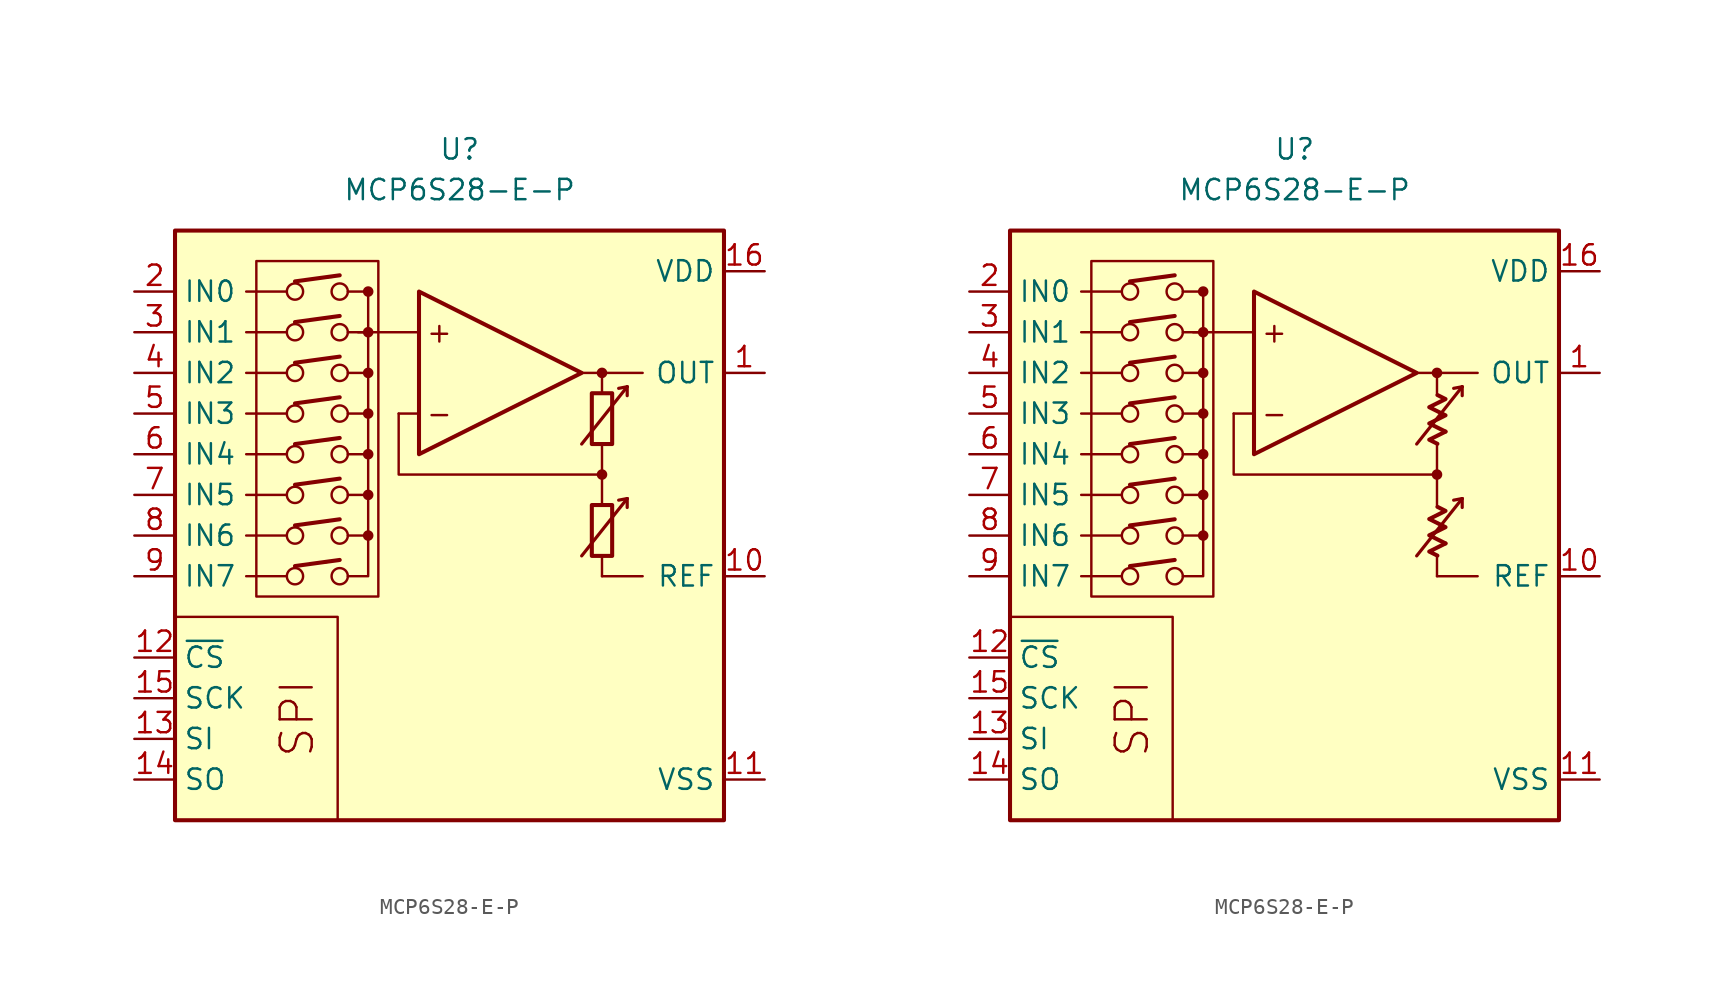
<source format=kicad_sym>
(kicad_symbol_lib
  (version 20231120)
  (generator "kicad_symbol_editor")
  (generator_version "8.0")
  (symbol "MCP6S28-E-P"
    (property "Reference" "U"
      (at 0 19.05 0)
      (effects (font (size 1.27 1.27))))
    (property "Value" "MCP6S28-E-P"
      (at 0 16.51 0)
      (effects (font (size 1.27 1.27))))
    (symbol "MCP6S28-E-P_0_0"
      (rectangle (start -17.78 13.97) (end 16.51 -22.86) (stroke (width 0.254) (type default)) (fill (type background)))
      (rectangle (start -12.7 12.065) (end -5.08 -8.89) (stroke (width 0.152) (type default)) (fill (type none)))
      (circle (center -10.287 -7.62) (radius 0.508) (stroke (width 0) (type default)) (fill (type none)))
      (circle (center -10.287 -5.08) (radius 0.508) (stroke (width 0) (type default)) (fill (type none)))
      (circle (center -10.287 -2.54) (radius 0.508) (stroke (width 0) (type default)) (fill (type none)))
      (circle (center -10.287 0) (radius 0.508) (stroke (width 0) (type default)) (fill (type none)))
      (circle (center -10.287 2.54) (radius 0.508) (stroke (width 0) (type default)) (fill (type none)))
      (circle (center -10.287 5.08) (radius 0.508) (stroke (width 0) (type default)) (fill (type none)))
      (circle (center -10.287 7.62) (radius 0.508) (stroke (width 0) (type default)) (fill (type none)))
      (circle (center -10.287 10.16) (radius 0.508) (stroke (width 0) (type default)) (fill (type none)))
      (circle (center -7.493 -7.62) (radius 0.508) (stroke (width 0) (type default)) (fill (type none)))
      (circle (center -7.493 -5.08) (radius 0.508) (stroke (width 0) (type default)) (fill (type none)))
      (circle (center -7.493 -2.54) (radius 0.508) (stroke (width 0) (type default)) (fill (type none)))
      (circle (center -7.493 0) (radius 0.508) (stroke (width 0) (type default)) (fill (type none)))
      (circle (center -7.493 2.54) (radius 0.508) (stroke (width 0) (type default)) (fill (type none)))
      (circle (center -7.493 5.08) (radius 0.508) (stroke (width 0) (type default)) (fill (type none)))
      (circle (center -7.493 7.62) (radius 0.508) (stroke (width 0) (type default)) (fill (type none)))
      (circle (center -7.493 10.16) (radius 0.508) (stroke (width 0) (type default)) (fill (type none)))
      (circle (center -5.715 -5.08) (radius 0.254) (stroke (width 0.152) (type default)) (fill (type outline)))
      (circle (center -5.715 -2.54) (radius 0.254) (stroke (width 0.152) (type default)) (fill (type outline)))
      (circle (center -5.715 0) (radius 0.254) (stroke (width 0.152) (type default)) (fill (type outline)))
      (circle (center -5.715 2.54) (radius 0.254) (stroke (width 0.152) (type default)) (fill (type outline)))
      (circle (center -5.715 5.08) (radius 0.254) (stroke (width 0.152) (type default)) (fill (type outline)))
      (circle (center -5.715 7.62) (radius 0.254) (stroke (width 0.152) (type default)) (fill (type outline)))
      (circle (center -5.715 10.16) (radius 0.254) (stroke (width 0.152) (type default)) (fill (type outline)))
      (polyline (pts (xy 8.89 -3.81)) (stroke (width 0.152) (type default)) (fill (type none)))
      (polyline (pts (xy 8.89 -3.81)) (stroke (width 0.152) (type default)) (fill (type none)))
      (polyline (pts (xy 8.89 -3.175)) (stroke (width 0.152) (type default)) (fill (type none)))
      (polyline (pts (xy 8.89 3.175)) (stroke (width 0.152) (type default)) (fill (type none)))
      (polyline (pts (xy 8.89 3.81)) (stroke (width 0.152) (type default)) (fill (type none)))
      (polyline (pts (xy 8.89 3.81)) (stroke (width 0.152) (type default)) (fill (type none)))
      (polyline (pts (xy -10.795 -7.62) (xy -13.335 -7.62)) (stroke (width 0.152) (type default)) (fill (type none)))
      (polyline (pts (xy -10.795 -5.08) (xy -13.335 -5.08)) (stroke (width 0.152) (type default)) (fill (type none)))
      (polyline (pts (xy -10.795 -2.54) (xy -13.335 -2.54)) (stroke (width 0.152) (type default)) (fill (type none)))
      (polyline (pts (xy -10.795 0) (xy -13.335 0)) (stroke (width 0.152) (type default)) (fill (type none)))
      (polyline (pts (xy -10.795 2.54) (xy -13.335 2.54)) (stroke (width 0.152) (type default)) (fill (type none)))
      (polyline (pts (xy -10.795 5.08) (xy -13.335 5.08)) (stroke (width 0.152) (type default)) (fill (type none)))
      (polyline (pts (xy -10.795 7.62) (xy -13.335 7.62)) (stroke (width 0.152) (type default)) (fill (type none)))
      (polyline (pts (xy -10.795 10.16) (xy -13.335 10.16)) (stroke (width 0.152) (type default)) (fill (type none)))
      (polyline (pts (xy -10.287 -6.985) (xy -7.493 -6.604)) (stroke (width 0.254) (type default)) (fill (type none)))
      (polyline (pts (xy -10.287 -4.445) (xy -7.493 -4.064)) (stroke (width 0.254) (type default)) (fill (type none)))
      (polyline (pts (xy -10.287 -1.905) (xy -7.493 -1.524)) (stroke (width 0.254) (type default)) (fill (type none)))
      (polyline (pts (xy -10.287 0.635) (xy -7.493 1.016)) (stroke (width 0.254) (type default)) (fill (type none)))
      (polyline (pts (xy -10.287 3.175) (xy -7.493 3.556)) (stroke (width 0.254) (type default)) (fill (type none)))
      (polyline (pts (xy -10.287 5.715) (xy -7.493 6.096)) (stroke (width 0.254) (type default)) (fill (type none)))
      (polyline (pts (xy -10.287 8.255) (xy -7.493 8.636)) (stroke (width 0.254) (type default)) (fill (type none)))
      (polyline (pts (xy -10.287 10.795) (xy -7.493 11.176)) (stroke (width 0.254) (type default)) (fill (type none)))
      (polyline (pts (xy -5.715 10.16) (xy -6.985 10.16)) (stroke (width 0.152) (type default)) (fill (type none)))
      (polyline (pts (xy -2.54 2.54) (xy -3.81 2.54)) (stroke (width 0.152) (type default)) (fill (type none)))
      (polyline (pts (xy -2.54 7.62) (xy -6.35 7.62)) (stroke (width 0.152) (type default)) (fill (type none)))
      (polyline (pts (xy 7.62 5.08) (xy 11.43 5.08)) (stroke (width 0.152) (type default)) (fill (type none)))
      (polyline (pts (xy 8.89 -6.35) (xy 8.89 -7.62)) (stroke (width 0.152) (type default)) (fill (type none)))
      (polyline (pts (xy 8.89 -1.27) (xy 8.89 -3.175)) (stroke (width 0.152) (type default)) (fill (type none)))
      (polyline (pts (xy 8.89 0.635) (xy 8.89 -1.27)) (stroke (width 0.152) (type default)) (fill (type none)))
      (polyline (pts (xy 8.89 5.08) (xy 8.89 3.81)) (stroke (width 0.152) (type default)) (fill (type none)))
      (polyline (pts (xy -7.62 -22.86) (xy -7.62 -10.16) (xy -17.78 -10.16)) (stroke (width 0.152) (type default)) (fill (type none)))
      (polyline (pts (xy -6.985 -7.62) (xy -5.715 -7.62) (xy -5.715 -5.08)) (stroke (width 0.152) (type default)) (fill (type none)))
      (polyline (pts (xy -6.985 -5.08) (xy -5.715 -5.08) (xy -5.715 -2.54)) (stroke (width 0.152) (type default)) (fill (type none)))
      (polyline (pts (xy -6.985 -2.54) (xy -5.715 -2.54) (xy -5.715 0)) (stroke (width 0.152) (type default)) (fill (type none)))
      (polyline (pts (xy -6.985 0) (xy -5.715 0) (xy -5.715 2.54)) (stroke (width 0.152) (type default)) (fill (type none)))
      (polyline (pts (xy -6.985 2.54) (xy -5.715 2.54) (xy -5.715 5.08)) (stroke (width 0.152) (type default)) (fill (type none)))
      (polyline (pts (xy -6.985 5.08) (xy -5.715 5.08) (xy -5.715 7.62)) (stroke (width 0.152) (type default)) (fill (type none)))
      (polyline (pts (xy -6.985 7.62) (xy -5.715 7.62) (xy -5.715 10.16)) (stroke (width 0.152) (type default)) (fill (type none)))
      (polyline (pts (xy 8.89 -1.27) (xy -3.81 -1.27) (xy -3.81 2.54)) (stroke (width 0.152) (type default)) (fill (type none)))
      (circle (center 8.89 -1.27) (radius 0.254) (stroke (width 0.152) (type default)) (fill (type outline)))
      (circle (center 8.89 5.08) (radius 0.254) (stroke (width 0.152) (type default)) (fill (type outline)))
      (text "+" (at -1.27 7.62 0) (effects (font (size 1.27 1.27))))
      (text "-" (at -1.27 2.54 0) (effects (font (size 1.27 1.27))))
      (text "SPI" (at -10.16 -16.51 900) (effects (font (size 2 2)))))
    (symbol "MCP6S28-E-P_0_1"
      (rectangle (start 8.255 -3.175) (end 9.525 -6.35) (stroke (width 0.254) (type default)) (fill (type none)))
      (rectangle (start 8.255 3.81) (end 9.525 0.635) (stroke (width 0.254) (type default)) (fill (type none))))
    (symbol "MCP6S28-E-P_0_2"
      (polyline (pts (xy 9.422 -5.572) (xy 8.406 -6.08) (xy 8.915 -6.333)) (stroke (width 0.254) (type default)) (fill (type none)))
      (polyline (pts (xy 9.422 1.413) (xy 8.406 0.905) (xy 8.915 0.651)) (stroke (width 0.254) (type default)) (fill (type none)))
      (polyline (pts (xy 8.915 -3.285) (xy 9.422 -3.539) (xy 8.406 -4.048) (xy 9.422 -4.556) (xy 8.406 -5.064) (xy 9.422 -5.572)) (stroke (width 0.254) (type default)) (fill (type none)))
      (polyline (pts (xy 8.915 3.7) (xy 9.422 3.446) (xy 8.406 2.938) (xy 9.422 2.429) (xy 8.406 1.921) (xy 9.422 1.413)) (stroke (width 0.254) (type default)) (fill (type none))))
    (symbol "MCP6S28-E-P_1_0"
      (polyline (pts (xy 8.89 -7.62) (xy 11.43 -7.62)) (stroke (width 0) (type default)) (fill (type none)))
      (polyline (pts (xy 10.465 -2.769) (xy 9.931 -2.87)) (stroke (width 0.2) (type default)) (fill (type none)))
      (polyline (pts (xy 10.465 -2.769) (xy 10.465 -3.327)) (stroke (width 0.2) (type default)) (fill (type none)))
      (polyline (pts (xy 10.465 4.216) (xy 9.931 4.115)) (stroke (width 0.2) (type default)) (fill (type none)))
      (polyline (pts (xy 10.465 4.216) (xy 10.465 3.658)) (stroke (width 0.2) (type default)) (fill (type none)))
      (polyline (pts (xy -2.54 10.16) (xy -2.54 0) (xy 7.62 5.08) (xy -2.54 10.16)) (stroke (width 0.254) (type default)) (fill (type background)))
      (polyline (pts (xy 7.62 -6.35) (xy 10.465 -2.769) (xy 10.465 -2.769) (xy 10.465 -2.769)) (stroke (width 0.2) (type default)) (fill (type none)))
      (polyline (pts (xy 7.62 0.635) (xy 10.465 4.216) (xy 10.465 4.216) (xy 10.465 4.216)) (stroke (width 0.2) (type default)) (fill (type none))))
    (symbol "MCP6S28-E-P_1_1"
      (pin output line (at 19.05 5.08 180) (length 2.54) (name "OUT" (effects (font (size 1.27 1.27)))) (number "1" (effects (font (size 1.27 1.27)))))
      (pin passive line (at 19.05 -7.62 180) (length 2.54) (name "REF" (effects (font (size 1.27 1.27)))) (number "10" (effects (font (size 1.27 1.27)))))
      (pin power_in line (at 19.05 -20.32 180) (length 2.54) (name "VSS" (effects (font (size 1.27 1.27)))) (number "11" (effects (font (size 1.27 1.27)))))
      (pin input line (at -20.32 -12.7 0) (length 2.54) (name "~{CS}" (effects (font (size 1.27 1.27)))) (number "12" (effects (font (size 1.27 1.27)))))
      (pin input line (at -20.32 -17.78 0) (length 2.54) (name "SI" (effects (font (size 1.27 1.27)))) (number "13" (effects (font (size 1.27 1.27)))))
      (pin output line (at -20.32 -20.32 0) (length 2.54) (name "SO" (effects (font (size 1.27 1.27)))) (number "14" (effects (font (size 1.27 1.27)))))
      (pin input line (at -20.32 -15.24 0) (length 2.54) (name "SCK" (effects (font (size 1.27 1.27)))) (number "15" (effects (font (size 1.27 1.27)))))
      (pin power_in line (at 19.05 11.43 180) (length 2.54) (name "VDD" (effects (font (size 1.27 1.27)))) (number "16" (effects (font (size 1.27 1.27)))))
      (pin input line (at -20.32 10.16 0) (length 2.54) (name "IN0" (effects (font (size 1.27 1.27)))) (number "2" (effects (font (size 1.27 1.27)))))
      (pin input line (at -20.32 7.62 0) (length 2.54) (name "IN1" (effects (font (size 1.27 1.27)))) (number "3" (effects (font (size 1.27 1.27)))))
      (pin input line (at -20.32 5.08 0) (length 2.54) (name "IN2" (effects (font (size 1.27 1.27)))) (number "4" (effects (font (size 1.27 1.27)))))
      (pin input line (at -20.32 2.54 0) (length 2.54) (name "IN3" (effects (font (size 1.27 1.27)))) (number "5" (effects (font (size 1.27 1.27)))))
      (pin input line (at -20.32 0 0) (length 2.54) (name "IN4" (effects (font (size 1.27 1.27)))) (number "6" (effects (font (size 1.27 1.27)))))
      (pin input line (at -20.32 -2.54 0) (length 2.54) (name "IN5" (effects (font (size 1.27 1.27)))) (number "7" (effects (font (size 1.27 1.27)))))
      (pin input line (at -20.32 -5.08 0) (length 2.54) (name "IN6" (effects (font (size 1.27 1.27)))) (number "8" (effects (font (size 1.27 1.27)))))
      (pin input line (at -20.32 -7.62 0) (length 2.54) (name "IN7" (effects (font (size 1.27 1.27)))) (number "9" (effects (font (size 1.27 1.27))))))
    (symbol "MCP6S28-E-P_1_2"
      (pin output line (at 19.05 5.08 180) (length 2.54) (name "OUT" (effects (font (size 1.27 1.27)))) (number "1" (effects (font (size 1.27 1.27)))))
      (pin passive line (at 19.05 -7.62 180) (length 2.54) (name "REF" (effects (font (size 1.27 1.27)))) (number "10" (effects (font (size 1.27 1.27)))))
      (pin power_in line (at 19.05 -20.32 180) (length 2.54) (name "VSS" (effects (font (size 1.27 1.27)))) (number "11" (effects (font (size 1.27 1.27)))))
      (pin input line (at -20.32 -12.7 0) (length 2.54) (name "~{CS}" (effects (font (size 1.27 1.27)))) (number "12" (effects (font (size 1.27 1.27)))))
      (pin input line (at -20.32 -17.78 0) (length 2.54) (name "SI" (effects (font (size 1.27 1.27)))) (number "13" (effects (font (size 1.27 1.27)))))
      (pin output line (at -20.32 -20.32 0) (length 2.54) (name "SO" (effects (font (size 1.27 1.27)))) (number "14" (effects (font (size 1.27 1.27)))))
      (pin input line (at -20.32 -15.24 0) (length 2.54) (name "SCK" (effects (font (size 1.27 1.27)))) (number "15" (effects (font (size 1.27 1.27)))))
      (pin power_in line (at 19.05 11.43 180) (length 2.54) (name "VDD" (effects (font (size 1.27 1.27)))) (number "16" (effects (font (size 1.27 1.27)))))
      (pin input line (at -20.32 10.16 0) (length 2.54) (name "IN0" (effects (font (size 1.27 1.27)))) (number "2" (effects (font (size 1.27 1.27)))))
      (pin input line (at -20.32 7.62 0) (length 2.54) (name "IN1" (effects (font (size 1.27 1.27)))) (number "3" (effects (font (size 1.27 1.27)))))
      (pin input line (at -20.32 5.08 0) (length 2.54) (name "IN2" (effects (font (size 1.27 1.27)))) (number "4" (effects (font (size 1.27 1.27)))))
      (pin input line (at -20.32 2.54 0) (length 2.54) (name "IN3" (effects (font (size 1.27 1.27)))) (number "5" (effects (font (size 1.27 1.27)))))
      (pin input line (at -20.32 0 0) (length 2.54) (name "IN4" (effects (font (size 1.27 1.27)))) (number "6" (effects (font (size 1.27 1.27)))))
      (pin input line (at -20.32 -2.54 0) (length 2.54) (name "IN5" (effects (font (size 1.27 1.27)))) (number "7" (effects (font (size 1.27 1.27)))))
      (pin input line (at -20.32 -5.08 0) (length 2.54) (name "IN6" (effects (font (size 1.27 1.27)))) (number "8" (effects (font (size 1.27 1.27)))))
      (pin input line (at -20.32 -7.62 0) (length 2.54) (name "IN7" (effects (font (size 1.27 1.27)))) (number "9" (effects (font (size 1.27 1.27))))))))
</source>
